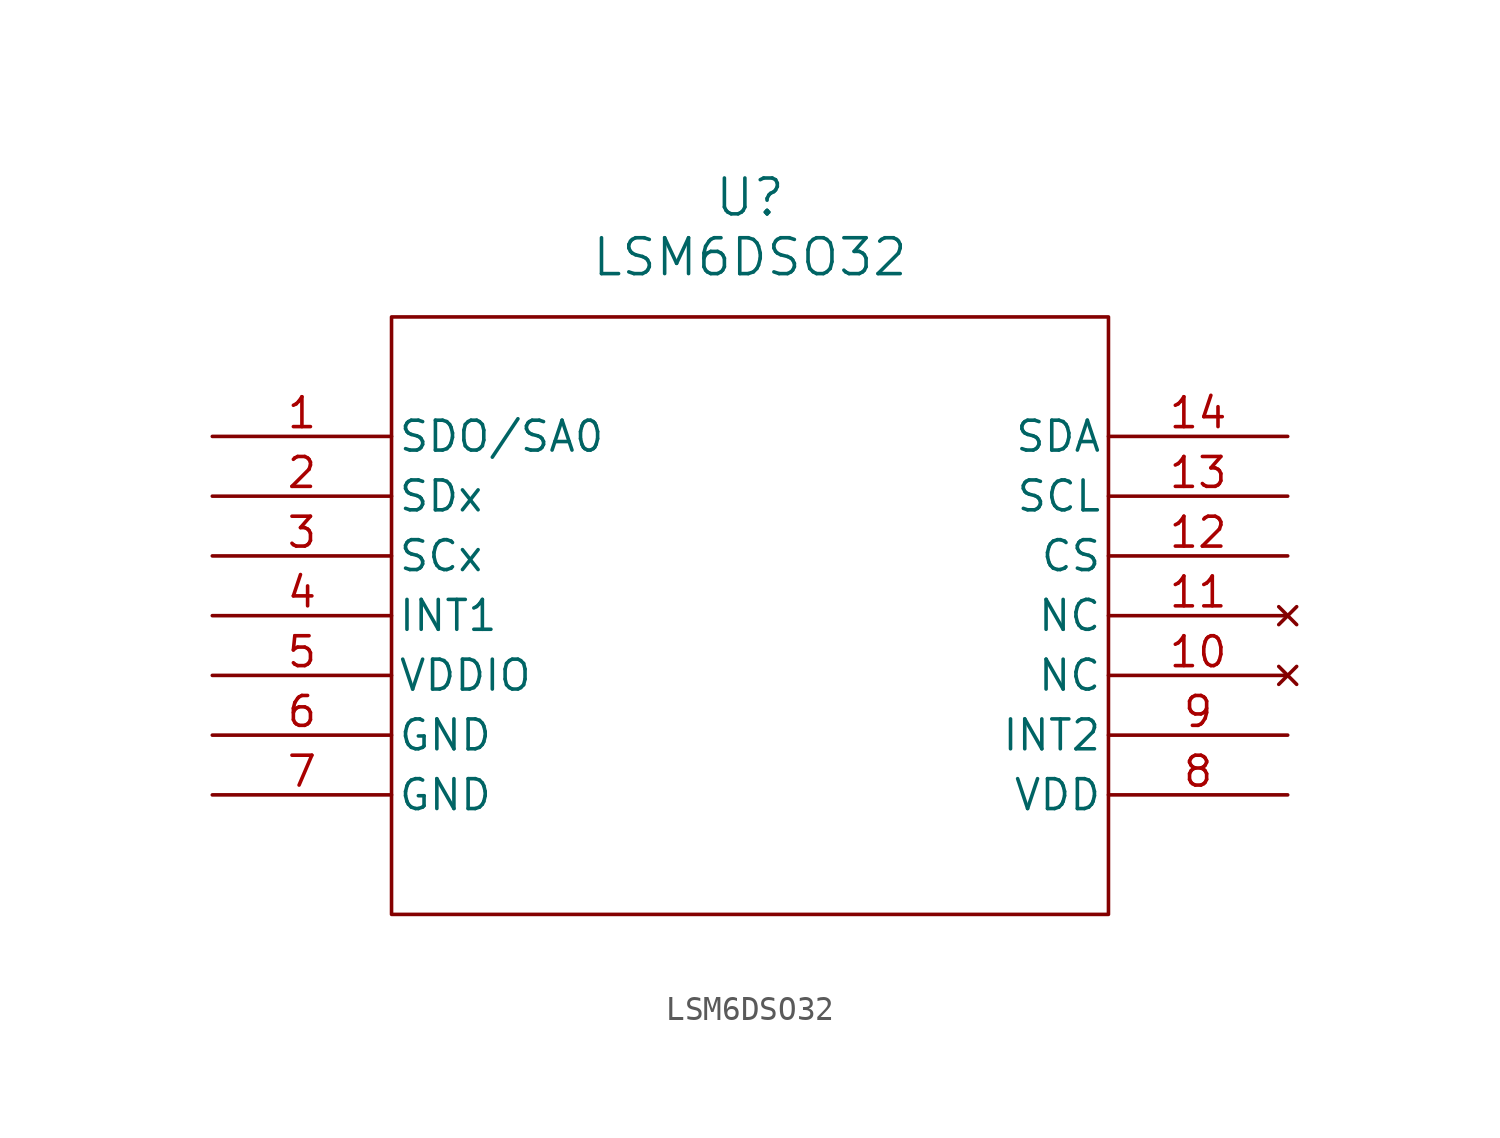
<source format=kicad_sym>
(kicad_symbol_lib
  (version 20241209)
  (generator "kicad_symbol_editor")
  (generator_version "9.0")
  (symbol "LSM6DSO32"
    (pin_names
      (offset 0.254))
    (property "Reference" "U"
      (at 22.86 10.16 0)
      (effects (font (size 1.524 1.524))))
    (property "Value" "LSM6DSO32"
      (at 22.86 7.62 0)
      (effects (font (size 1.524 1.524))))
    (property "ki_locked" ""
      (at 0 0 0)
      (effects (font (size 1.27 1.27))))
    (symbol "LSM6DSO32_0_1"
      (pin bidirectional line (at 0 0 0) (length 7.62) (name "SDO/SA0" (effects (font (size 1.27 1.27)))) (number "1" (effects (font (size 1.27 1.27)))))
      (pin unspecified line (at 0 -2.54 0) (length 7.62) (name "SDx" (effects (font (size 1.27 1.27)))) (number "2" (effects (font (size 1.27 1.27)))))
      (pin unspecified line (at 0 -5.08 0) (length 7.62) (name "SCx" (effects (font (size 1.27 1.27)))) (number "3" (effects (font (size 1.27 1.27)))))
      (pin output line (at 0 -7.62 0) (length 7.62) (name "INT1" (effects (font (size 1.27 1.27)))) (number "4" (effects (font (size 1.27 1.27)))))
      (pin power_in line (at 0 -10.16 0) (length 7.62) (name "VDDIO" (effects (font (size 1.27 1.27)))) (number "5" (effects (font (size 1.27 1.27)))))
      (pin power_out line (at 0 -12.7 0) (length 7.62) (name "GND" (effects (font (size 1.27 1.27)))) (number "6" (effects (font (size 1.27 1.27)))))
      (pin power_out line (at 0 -15.24 0) (length 7.62) (name "GND" (effects (font (size 1.27 1.27)))) (number "7" (effects (font (size 1.27 1.27)))))
      (pin bidirectional line (at 45.72 0 180) (length 7.62) (name "SDA" (effects (font (size 1.27 1.27)))) (number "14" (effects (font (size 1.27 1.27)))))
      (pin input line (at 45.72 -2.54 180) (length 7.62) (name "SCL" (effects (font (size 1.27 1.27)))) (number "13" (effects (font (size 1.27 1.27)))))
      (pin input line (at 45.72 -5.08 180) (length 7.62) (name "CS" (effects (font (size 1.27 1.27)))) (number "12" (effects (font (size 1.27 1.27)))))
      (pin no_connect line (at 45.72 -7.62 180) (length 7.62) (name "NC" (effects (font (size 1.27 1.27)))) (number "11" (effects (font (size 1.27 1.27)))))
      (pin no_connect line (at 45.72 -10.16 180) (length 7.62) (name "NC" (effects (font (size 1.27 1.27)))) (number "10" (effects (font (size 1.27 1.27)))))
      (pin output line (at 45.72 -12.7 180) (length 7.62) (name "INT2" (effects (font (size 1.27 1.27)))) (number "9" (effects (font (size 1.27 1.27)))))
      (pin power_in line (at 45.72 -15.24 180) (length 7.62) (name "VDD" (effects (font (size 1.27 1.27)))) (number "8" (effects (font (size 1.27 1.27))))))
    (symbol "LSM6DSO32_1_1"
      (rectangle (start 7.62 5.08) (end 38.1 -20.32) (stroke (width 0) (type default)) (fill (type none))))))
</source>
